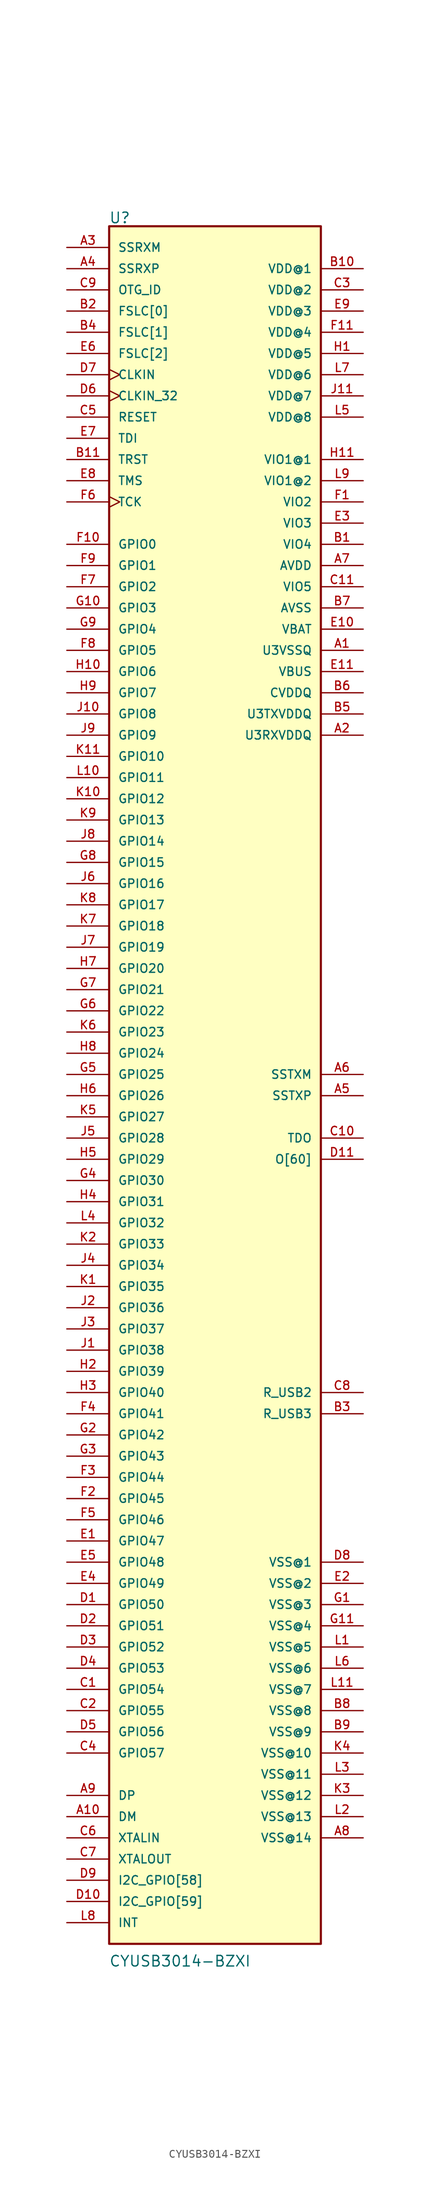
<source format=kicad_sym>
(kicad_symbol_lib
  (version 20211014)
  (generator kicad_symbol_editor)
  (symbol "CYUSB3014-BZXI"
    (pin_names
      (offset 1.016))
    (property "Reference" "U"
      (at -12.735 96.782 0)
      (effects (font (size 1.27 1.27)) (justify bottom left)))
    (property "Value" "CYUSB3014-BZXI"
      (at -12.731 -112.031 0)
      (effects (font (size 1.27 1.27)) (justify bottom left)))
    (symbol "CYUSB3014-BZXI_0_0"
      (rectangle (start -12.7 -109.22) (end 12.7 96.52) (stroke (width 0.254)) (fill (type background)))
      (pin bidirectional line (at -17.78 58.42 0) (length 5.08) (name "GPIO0" (effects (font (size 1.016 1.016)))) (number "F10" (effects (font (size 1.016 1.016)))))
      (pin bidirectional line (at -17.78 55.88 0) (length 5.08) (name "GPIO1" (effects (font (size 1.016 1.016)))) (number "F9" (effects (font (size 1.016 1.016)))))
      (pin bidirectional line (at -17.78 53.34 0) (length 5.08) (name "GPIO2" (effects (font (size 1.016 1.016)))) (number "F7" (effects (font (size 1.016 1.016)))))
      (pin bidirectional line (at -17.78 50.8 0) (length 5.08) (name "GPIO3" (effects (font (size 1.016 1.016)))) (number "G10" (effects (font (size 1.016 1.016)))))
      (pin bidirectional line (at -17.78 48.26 0) (length 5.08) (name "GPIO4" (effects (font (size 1.016 1.016)))) (number "G9" (effects (font (size 1.016 1.016)))))
      (pin bidirectional line (at -17.78 45.72 0) (length 5.08) (name "GPIO5" (effects (font (size 1.016 1.016)))) (number "F8" (effects (font (size 1.016 1.016)))))
      (pin bidirectional line (at -17.78 43.18 0) (length 5.08) (name "GPIO6" (effects (font (size 1.016 1.016)))) (number "H10" (effects (font (size 1.016 1.016)))))
      (pin bidirectional line (at -17.78 40.64 0) (length 5.08) (name "GPIO7" (effects (font (size 1.016 1.016)))) (number "H9" (effects (font (size 1.016 1.016)))))
      (pin bidirectional line (at -17.78 38.1 0) (length 5.08) (name "GPIO8" (effects (font (size 1.016 1.016)))) (number "J10" (effects (font (size 1.016 1.016)))))
      (pin bidirectional line (at -17.78 35.56 0) (length 5.08) (name "GPIO9" (effects (font (size 1.016 1.016)))) (number "J9" (effects (font (size 1.016 1.016)))))
      (pin bidirectional line (at -17.78 33.02 0) (length 5.08) (name "GPIO10" (effects (font (size 1.016 1.016)))) (number "K11" (effects (font (size 1.016 1.016)))))
      (pin bidirectional line (at -17.78 30.48 0) (length 5.08) (name "GPIO11" (effects (font (size 1.016 1.016)))) (number "L10" (effects (font (size 1.016 1.016)))))
      (pin bidirectional line (at -17.78 27.94 0) (length 5.08) (name "GPIO12" (effects (font (size 1.016 1.016)))) (number "K10" (effects (font (size 1.016 1.016)))))
      (pin bidirectional line (at -17.78 25.4 0) (length 5.08) (name "GPIO13" (effects (font (size 1.016 1.016)))) (number "K9" (effects (font (size 1.016 1.016)))))
      (pin bidirectional line (at -17.78 22.86 0) (length 5.08) (name "GPIO14" (effects (font (size 1.016 1.016)))) (number "J8" (effects (font (size 1.016 1.016)))))
      (pin bidirectional line (at -17.78 20.32 0) (length 5.08) (name "GPIO15" (effects (font (size 1.016 1.016)))) (number "G8" (effects (font (size 1.016 1.016)))))
      (pin bidirectional line (at -17.78 17.78 0) (length 5.08) (name "GPIO16" (effects (font (size 1.016 1.016)))) (number "J6" (effects (font (size 1.016 1.016)))))
      (pin bidirectional line (at -17.78 15.24 0) (length 5.08) (name "GPIO17" (effects (font (size 1.016 1.016)))) (number "K8" (effects (font (size 1.016 1.016)))))
      (pin bidirectional line (at -17.78 12.7 0) (length 5.08) (name "GPIO18" (effects (font (size 1.016 1.016)))) (number "K7" (effects (font (size 1.016 1.016)))))
      (pin bidirectional line (at -17.78 10.16 0) (length 5.08) (name "GPIO19" (effects (font (size 1.016 1.016)))) (number "J7" (effects (font (size 1.016 1.016)))))
      (pin bidirectional line (at -17.78 7.62 0) (length 5.08) (name "GPIO20" (effects (font (size 1.016 1.016)))) (number "H7" (effects (font (size 1.016 1.016)))))
      (pin bidirectional line (at -17.78 5.08 0) (length 5.08) (name "GPIO21" (effects (font (size 1.016 1.016)))) (number "G7" (effects (font (size 1.016 1.016)))))
      (pin bidirectional line (at -17.78 2.54 0) (length 5.08) (name "GPIO22" (effects (font (size 1.016 1.016)))) (number "G6" (effects (font (size 1.016 1.016)))))
      (pin bidirectional line (at -17.78 0.0 0) (length 5.08) (name "GPIO23" (effects (font (size 1.016 1.016)))) (number "K6" (effects (font (size 1.016 1.016)))))
      (pin bidirectional line (at -17.78 -2.54 0) (length 5.08) (name "GPIO24" (effects (font (size 1.016 1.016)))) (number "H8" (effects (font (size 1.016 1.016)))))
      (pin bidirectional line (at -17.78 -5.08 0) (length 5.08) (name "GPIO25" (effects (font (size 1.016 1.016)))) (number "G5" (effects (font (size 1.016 1.016)))))
      (pin bidirectional line (at -17.78 -7.62 0) (length 5.08) (name "GPIO26" (effects (font (size 1.016 1.016)))) (number "H6" (effects (font (size 1.016 1.016)))))
      (pin bidirectional line (at -17.78 -10.16 0) (length 5.08) (name "GPIO27" (effects (font (size 1.016 1.016)))) (number "K5" (effects (font (size 1.016 1.016)))))
      (pin bidirectional line (at -17.78 -12.7 0) (length 5.08) (name "GPIO28" (effects (font (size 1.016 1.016)))) (number "J5" (effects (font (size 1.016 1.016)))))
      (pin bidirectional line (at -17.78 -15.24 0) (length 5.08) (name "GPIO29" (effects (font (size 1.016 1.016)))) (number "H5" (effects (font (size 1.016 1.016)))))
      (pin bidirectional line (at -17.78 -17.78 0) (length 5.08) (name "GPIO30" (effects (font (size 1.016 1.016)))) (number "G4" (effects (font (size 1.016 1.016)))))
      (pin bidirectional line (at -17.78 -20.32 0) (length 5.08) (name "GPIO31" (effects (font (size 1.016 1.016)))) (number "H4" (effects (font (size 1.016 1.016)))))
      (pin bidirectional line (at -17.78 -22.86 0) (length 5.08) (name "GPIO32" (effects (font (size 1.016 1.016)))) (number "L4" (effects (font (size 1.016 1.016)))))
      (pin bidirectional line (at -17.78 -25.4 0) (length 5.08) (name "GPIO33" (effects (font (size 1.016 1.016)))) (number "K2" (effects (font (size 1.016 1.016)))))
      (pin bidirectional line (at -17.78 -27.94 0) (length 5.08) (name "GPIO34" (effects (font (size 1.016 1.016)))) (number "J4" (effects (font (size 1.016 1.016)))))
      (pin bidirectional line (at -17.78 -30.48 0) (length 5.08) (name "GPIO35" (effects (font (size 1.016 1.016)))) (number "K1" (effects (font (size 1.016 1.016)))))
      (pin bidirectional line (at -17.78 -33.02 0) (length 5.08) (name "GPIO36" (effects (font (size 1.016 1.016)))) (number "J2" (effects (font (size 1.016 1.016)))))
      (pin bidirectional line (at -17.78 -35.56 0) (length 5.08) (name "GPIO37" (effects (font (size 1.016 1.016)))) (number "J3" (effects (font (size 1.016 1.016)))))
      (pin bidirectional line (at -17.78 -38.1 0) (length 5.08) (name "GPIO38" (effects (font (size 1.016 1.016)))) (number "J1" (effects (font (size 1.016 1.016)))))
      (pin bidirectional line (at -17.78 -40.64 0) (length 5.08) (name "GPIO39" (effects (font (size 1.016 1.016)))) (number "H2" (effects (font (size 1.016 1.016)))))
      (pin bidirectional line (at -17.78 -43.18 0) (length 5.08) (name "GPIO40" (effects (font (size 1.016 1.016)))) (number "H3" (effects (font (size 1.016 1.016)))))
      (pin bidirectional line (at -17.78 -45.72 0) (length 5.08) (name "GPIO41" (effects (font (size 1.016 1.016)))) (number "F4" (effects (font (size 1.016 1.016)))))
      (pin bidirectional line (at -17.78 -48.26 0) (length 5.08) (name "GPIO42" (effects (font (size 1.016 1.016)))) (number "G2" (effects (font (size 1.016 1.016)))))
      (pin bidirectional line (at -17.78 -50.8 0) (length 5.08) (name "GPIO43" (effects (font (size 1.016 1.016)))) (number "G3" (effects (font (size 1.016 1.016)))))
      (pin bidirectional line (at -17.78 -53.34 0) (length 5.08) (name "GPIO44" (effects (font (size 1.016 1.016)))) (number "F3" (effects (font (size 1.016 1.016)))))
      (pin bidirectional line (at -17.78 -55.88 0) (length 5.08) (name "GPIO45" (effects (font (size 1.016 1.016)))) (number "F2" (effects (font (size 1.016 1.016)))))
      (pin bidirectional line (at -17.78 -58.42 0) (length 5.08) (name "GPIO46" (effects (font (size 1.016 1.016)))) (number "F5" (effects (font (size 1.016 1.016)))))
      (pin bidirectional line (at -17.78 -60.96 0) (length 5.08) (name "GPIO47" (effects (font (size 1.016 1.016)))) (number "E1" (effects (font (size 1.016 1.016)))))
      (pin bidirectional line (at -17.78 -63.5 0) (length 5.08) (name "GPIO48" (effects (font (size 1.016 1.016)))) (number "E5" (effects (font (size 1.016 1.016)))))
      (pin bidirectional line (at -17.78 -66.04 0) (length 5.08) (name "GPIO49" (effects (font (size 1.016 1.016)))) (number "E4" (effects (font (size 1.016 1.016)))))
      (pin bidirectional line (at -17.78 -68.58 0) (length 5.08) (name "GPIO50" (effects (font (size 1.016 1.016)))) (number "D1" (effects (font (size 1.016 1.016)))))
      (pin bidirectional line (at -17.78 -71.12 0) (length 5.08) (name "GPIO51" (effects (font (size 1.016 1.016)))) (number "D2" (effects (font (size 1.016 1.016)))))
      (pin bidirectional line (at -17.78 -73.66 0) (length 5.08) (name "GPIO52" (effects (font (size 1.016 1.016)))) (number "D3" (effects (font (size 1.016 1.016)))))
      (pin bidirectional line (at -17.78 -76.2 0) (length 5.08) (name "GPIO53" (effects (font (size 1.016 1.016)))) (number "D4" (effects (font (size 1.016 1.016)))))
      (pin bidirectional line (at -17.78 -78.74 0) (length 5.08) (name "GPIO54" (effects (font (size 1.016 1.016)))) (number "C1" (effects (font (size 1.016 1.016)))))
      (pin bidirectional line (at -17.78 -81.28 0) (length 5.08) (name "GPIO55" (effects (font (size 1.016 1.016)))) (number "C2" (effects (font (size 1.016 1.016)))))
      (pin bidirectional line (at -17.78 -83.82 0) (length 5.08) (name "GPIO56" (effects (font (size 1.016 1.016)))) (number "D5" (effects (font (size 1.016 1.016)))))
      (pin bidirectional line (at -17.78 -86.36 0) (length 5.08) (name "GPIO57" (effects (font (size 1.016 1.016)))) (number "C4" (effects (font (size 1.016 1.016)))))
      (pin input line (at -17.78 93.98 0) (length 5.08) (name "SSRXM" (effects (font (size 1.016 1.016)))) (number "A3" (effects (font (size 1.016 1.016)))))
      (pin input line (at -17.78 91.44 0) (length 5.08) (name "SSRXP" (effects (font (size 1.016 1.016)))) (number "A4" (effects (font (size 1.016 1.016)))))
      (pin output line (at 17.78 -5.08 180.0) (length 5.08) (name "SSTXM" (effects (font (size 1.016 1.016)))) (number "A6" (effects (font (size 1.016 1.016)))))
      (pin output line (at 17.78 -7.62 180.0) (length 5.08) (name "SSTXP" (effects (font (size 1.016 1.016)))) (number "A5" (effects (font (size 1.016 1.016)))))
      (pin passive line (at 17.78 -45.72 180.0) (length 5.08) (name "R_USB3" (effects (font (size 1.016 1.016)))) (number "B3" (effects (font (size 1.016 1.016)))))
      (pin input line (at -17.78 88.9 0) (length 5.08) (name "OTG_ID" (effects (font (size 1.016 1.016)))) (number "C9" (effects (font (size 1.016 1.016)))))
      (pin bidirectional line (at -17.78 -91.44 0) (length 5.08) (name "DP" (effects (font (size 1.016 1.016)))) (number "A9" (effects (font (size 1.016 1.016)))))
      (pin bidirectional line (at -17.78 -93.98 0) (length 5.08) (name "DM" (effects (font (size 1.016 1.016)))) (number "A10" (effects (font (size 1.016 1.016)))))
      (pin passive line (at 17.78 -43.18 180.0) (length 5.08) (name "R_USB2" (effects (font (size 1.016 1.016)))) (number "C8" (effects (font (size 1.016 1.016)))))
      (pin input line (at -17.78 86.36 0) (length 5.08) (name "FSLC[0]" (effects (font (size 1.016 1.016)))) (number "B2" (effects (font (size 1.016 1.016)))))
      (pin bidirectional line (at -17.78 -96.52 0) (length 5.08) (name "XTALIN" (effects (font (size 1.016 1.016)))) (number "C6" (effects (font (size 1.016 1.016)))))
      (pin bidirectional line (at -17.78 -99.06 0) (length 5.08) (name "XTALOUT" (effects (font (size 1.016 1.016)))) (number "C7" (effects (font (size 1.016 1.016)))))
      (pin input line (at -17.78 83.82 0) (length 5.08) (name "FSLC[1]" (effects (font (size 1.016 1.016)))) (number "B4" (effects (font (size 1.016 1.016)))))
      (pin input line (at -17.78 81.28 0) (length 5.08) (name "FSLC[2]" (effects (font (size 1.016 1.016)))) (number "E6" (effects (font (size 1.016 1.016)))))
      (pin input clock (at -17.78 78.74 0) (length 5.08) (name "CLKIN" (effects (font (size 1.016 1.016)))) (number "D7" (effects (font (size 1.016 1.016)))))
      (pin input clock (at -17.78 76.2 0) (length 5.08) (name "CLKIN_32" (effects (font (size 1.016 1.016)))) (number "D6" (effects (font (size 1.016 1.016)))))
      (pin input line (at -17.78 73.66 0) (length 5.08) (name "RESET" (effects (font (size 1.016 1.016)))) (number "C5" (effects (font (size 1.016 1.016)))))
      (pin bidirectional line (at -17.78 -101.6 0) (length 5.08) (name "I2C_GPIO[58]" (effects (font (size 1.016 1.016)))) (number "D9" (effects (font (size 1.016 1.016)))))
      (pin bidirectional line (at -17.78 -104.14 0) (length 5.08) (name "I2C_GPIO[59]" (effects (font (size 1.016 1.016)))) (number "D10" (effects (font (size 1.016 1.016)))))
      (pin input line (at -17.78 71.12 0) (length 5.08) (name "TDI" (effects (font (size 1.016 1.016)))) (number "E7" (effects (font (size 1.016 1.016)))))
      (pin output line (at 17.78 -12.7 180.0) (length 5.08) (name "TDO" (effects (font (size 1.016 1.016)))) (number "C10" (effects (font (size 1.016 1.016)))))
      (pin input line (at -17.78 68.58 0) (length 5.08) (name "TRST" (effects (font (size 1.016 1.016)))) (number "B11" (effects (font (size 1.016 1.016)))))
      (pin input line (at -17.78 66.04 0) (length 5.08) (name "TMS" (effects (font (size 1.016 1.016)))) (number "E8" (effects (font (size 1.016 1.016)))))
      (pin input clock (at -17.78 63.5 0) (length 5.08) (name "TCK" (effects (font (size 1.016 1.016)))) (number "F6" (effects (font (size 1.016 1.016)))))
      (pin output line (at 17.78 -15.24 180.0) (length 5.08) (name "O[60]" (effects (font (size 1.016 1.016)))) (number "D11" (effects (font (size 1.016 1.016)))))
      (pin power_in line (at 17.78 48.26 180.0) (length 5.08) (name "VBAT" (effects (font (size 1.016 1.016)))) (number "E10" (effects (font (size 1.016 1.016)))))
      (pin power_in line (at 17.78 45.72 180.0) (length 5.08) (name "U3VSSQ" (effects (font (size 1.016 1.016)))) (number "A1" (effects (font (size 1.016 1.016)))))
      (pin power_in line (at 17.78 43.18 180.0) (length 5.08) (name "VBUS" (effects (font (size 1.016 1.016)))) (number "E11" (effects (font (size 1.016 1.016)))))
      (pin power_in line (at 17.78 40.64 180.0) (length 5.08) (name "CVDDQ" (effects (font (size 1.016 1.016)))) (number "B6" (effects (font (size 1.016 1.016)))))
      (pin power_in line (at 17.78 38.1 180.0) (length 5.08) (name "U3TXVDDQ" (effects (font (size 1.016 1.016)))) (number "B5" (effects (font (size 1.016 1.016)))))
      (pin power_in line (at 17.78 68.58 180.0) (length 5.08) (name "VIO1@1" (effects (font (size 1.016 1.016)))) (number "H11" (effects (font (size 1.016 1.016)))))
      (pin power_in line (at 17.78 66.04 180.0) (length 5.08) (name "VIO1@2" (effects (font (size 1.016 1.016)))) (number "L9" (effects (font (size 1.016 1.016)))))
      (pin power_in line (at 17.78 63.5 180.0) (length 5.08) (name "VIO2" (effects (font (size 1.016 1.016)))) (number "F1" (effects (font (size 1.016 1.016)))))
      (pin power_in line (at 17.78 60.96 180.0) (length 5.08) (name "VIO3" (effects (font (size 1.016 1.016)))) (number "E3" (effects (font (size 1.016 1.016)))))
      (pin power_in line (at 17.78 58.42 180.0) (length 5.08) (name "VIO4" (effects (font (size 1.016 1.016)))) (number "B1" (effects (font (size 1.016 1.016)))))
      (pin power_in line (at 17.78 55.88 180.0) (length 5.08) (name "AVDD" (effects (font (size 1.016 1.016)))) (number "A7" (effects (font (size 1.016 1.016)))))
      (pin power_in line (at 17.78 53.34 180.0) (length 5.08) (name "VIO5" (effects (font (size 1.016 1.016)))) (number "C11" (effects (font (size 1.016 1.016)))))
      (pin power_in line (at 17.78 50.8 180.0) (length 5.08) (name "AVSS" (effects (font (size 1.016 1.016)))) (number "B7" (effects (font (size 1.016 1.016)))))
      (pin power_in line (at 17.78 91.44 180.0) (length 5.08) (name "VDD@1" (effects (font (size 1.016 1.016)))) (number "B10" (effects (font (size 1.016 1.016)))))
      (pin power_in line (at 17.78 88.9 180.0) (length 5.08) (name "VDD@2" (effects (font (size 1.016 1.016)))) (number "C3" (effects (font (size 1.016 1.016)))))
      (pin power_in line (at 17.78 86.36 180.0) (length 5.08) (name "VDD@3" (effects (font (size 1.016 1.016)))) (number "E9" (effects (font (size 1.016 1.016)))))
      (pin power_in line (at 17.78 83.82 180.0) (length 5.08) (name "VDD@4" (effects (font (size 1.016 1.016)))) (number "F11" (effects (font (size 1.016 1.016)))))
      (pin power_in line (at 17.78 81.28 180.0) (length 5.08) (name "VDD@5" (effects (font (size 1.016 1.016)))) (number "H1" (effects (font (size 1.016 1.016)))))
      (pin power_in line (at 17.78 78.74 180.0) (length 5.08) (name "VDD@6" (effects (font (size 1.016 1.016)))) (number "L7" (effects (font (size 1.016 1.016)))))
      (pin power_in line (at 17.78 76.2 180.0) (length 5.08) (name "VDD@7" (effects (font (size 1.016 1.016)))) (number "J11" (effects (font (size 1.016 1.016)))))
      (pin power_in line (at 17.78 73.66 180.0) (length 5.08) (name "VDD@8" (effects (font (size 1.016 1.016)))) (number "L5" (effects (font (size 1.016 1.016)))))
      (pin power_in line (at 17.78 -63.5 180.0) (length 5.08) (name "VSS@1" (effects (font (size 1.016 1.016)))) (number "D8" (effects (font (size 1.016 1.016)))))
      (pin power_in line (at 17.78 -66.04 180.0) (length 5.08) (name "VSS@2" (effects (font (size 1.016 1.016)))) (number "E2" (effects (font (size 1.016 1.016)))))
      (pin power_in line (at 17.78 -68.58 180.0) (length 5.08) (name "VSS@3" (effects (font (size 1.016 1.016)))) (number "G1" (effects (font (size 1.016 1.016)))))
      (pin power_in line (at 17.78 -71.12 180.0) (length 5.08) (name "VSS@4" (effects (font (size 1.016 1.016)))) (number "G11" (effects (font (size 1.016 1.016)))))
      (pin power_in line (at 17.78 -73.66 180.0) (length 5.08) (name "VSS@5" (effects (font (size 1.016 1.016)))) (number "L1" (effects (font (size 1.016 1.016)))))
      (pin power_in line (at 17.78 -76.2 180.0) (length 5.08) (name "VSS@6" (effects (font (size 1.016 1.016)))) (number "L6" (effects (font (size 1.016 1.016)))))
      (pin power_in line (at 17.78 -78.74 180.0) (length 5.08) (name "VSS@7" (effects (font (size 1.016 1.016)))) (number "L11" (effects (font (size 1.016 1.016)))))
      (pin power_in line (at 17.78 -81.28 180.0) (length 5.08) (name "VSS@8" (effects (font (size 1.016 1.016)))) (number "B8" (effects (font (size 1.016 1.016)))))
      (pin power_in line (at 17.78 -83.82 180.0) (length 5.08) (name "VSS@9" (effects (font (size 1.016 1.016)))) (number "B9" (effects (font (size 1.016 1.016)))))
      (pin power_in line (at 17.78 -86.36 180.0) (length 5.08) (name "VSS@10" (effects (font (size 1.016 1.016)))) (number "K4" (effects (font (size 1.016 1.016)))))
      (pin power_in line (at 17.78 -88.9 180.0) (length 5.08) (name "VSS@11" (effects (font (size 1.016 1.016)))) (number "L3" (effects (font (size 1.016 1.016)))))
      (pin power_in line (at 17.78 -91.44 180.0) (length 5.08) (name "VSS@12" (effects (font (size 1.016 1.016)))) (number "K3" (effects (font (size 1.016 1.016)))))
      (pin bidirectional line (at -17.78 -106.68 0) (length 5.08) (name "INT" (effects (font (size 1.016 1.016)))) (number "L8" (effects (font (size 1.016 1.016)))))
      (pin power_in line (at 17.78 35.56 180.0) (length 5.08) (name "U3RXVDDQ" (effects (font (size 1.016 1.016)))) (number "A2" (effects (font (size 1.016 1.016)))))
      (pin power_in line (at 17.78 -93.98 180.0) (length 5.08) (name "VSS@13" (effects (font (size 1.016 1.016)))) (number "L2" (effects (font (size 1.016 1.016)))))
      (pin power_in line (at 17.78 -96.52 180.0) (length 5.08) (name "VSS@14" (effects (font (size 1.016 1.016)))) (number "A8" (effects (font (size 1.016 1.016))))))))
</source>
